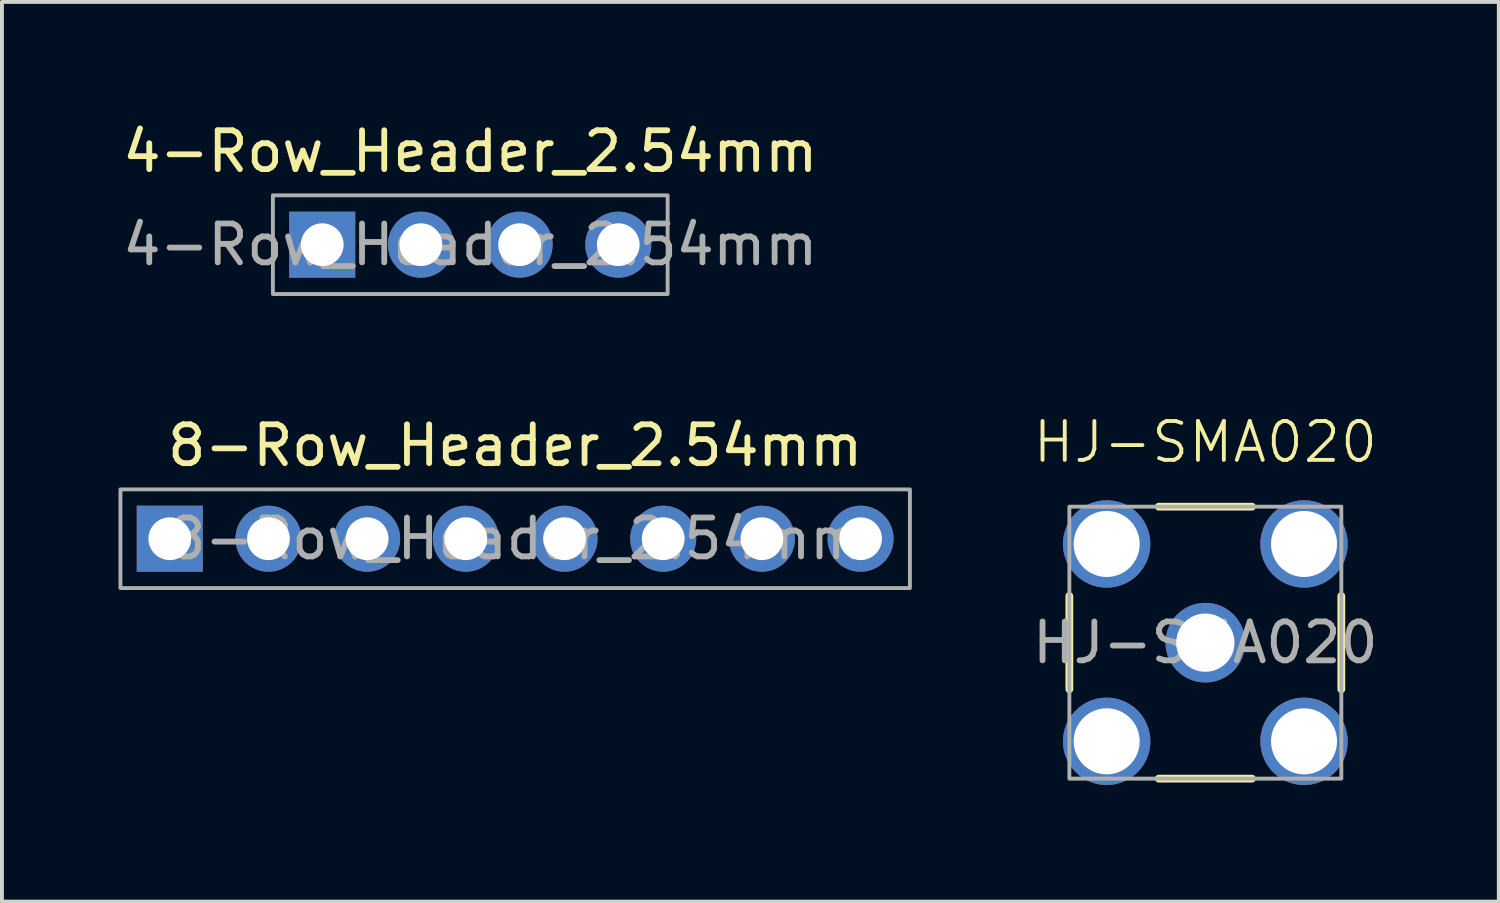
<source format=kicad_pcb>
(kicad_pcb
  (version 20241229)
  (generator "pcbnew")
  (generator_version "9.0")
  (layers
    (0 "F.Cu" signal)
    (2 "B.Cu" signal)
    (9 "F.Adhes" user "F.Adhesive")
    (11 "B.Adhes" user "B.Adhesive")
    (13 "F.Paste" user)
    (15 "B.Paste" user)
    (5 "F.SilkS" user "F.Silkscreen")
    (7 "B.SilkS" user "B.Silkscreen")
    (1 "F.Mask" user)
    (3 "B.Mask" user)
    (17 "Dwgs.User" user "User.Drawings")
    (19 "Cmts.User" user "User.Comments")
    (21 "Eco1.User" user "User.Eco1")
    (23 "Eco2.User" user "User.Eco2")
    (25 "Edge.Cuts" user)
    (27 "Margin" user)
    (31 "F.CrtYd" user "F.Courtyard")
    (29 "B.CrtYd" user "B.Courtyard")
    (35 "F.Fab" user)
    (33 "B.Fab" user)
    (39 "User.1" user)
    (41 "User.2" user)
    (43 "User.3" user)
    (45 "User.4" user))
  (footprint "4-Row_Header_2.54mm"
    (layer "F.Cu")
    (at 9.054 3.248)
    (property "Reference" "4-Row_Header_2.54mm" (at 0 -2.4 0) (unlocked yes) (layer "F.SilkS") (effects (font (size 1 1) (thickness 0.15))))
    (attr smd)
    (fp_rect (start -5.08 -1.27) (end 5.08 1.27) (stroke (width 0.1) (type solid)) (fill no) (layer "F.Fab"))
    (fp_text user "${REFERENCE}" (at 0 0 0) (unlocked yes) (layer "F.Fab") (effects (font (size 1 1) (thickness 0.15))))
    (pad "1" thru_hole rect (at -3.81 0 180) (size 1.7 1.7) (drill 1.1) (property pad_prop_castellated) (layers "*.Cu" "*.Mask"))
    (pad "2" thru_hole circle (at -1.27 0 180) (size 1.7 1.7) (drill 1.1) (property pad_prop_castellated) (layers "*.Cu" "*.Mask"))
    (pad "3" thru_hole circle (at 1.27 0 180) (size 1.7 1.7) (drill 1.1) (property pad_prop_castellated) (layers "*.Cu" "*.Mask"))
    (pad "4" thru_hole circle (at 3.81 0 180) (size 1.7 1.7) (drill 1.1) (property pad_prop_castellated) (layers "*.Cu" "*.Mask")))
  (footprint "8-Row_Header_2.54mm"
    (layer "F.Cu")
    (at 10.21 10.816)
    (property "Reference" "8-Row_Header_2.54mm" (at 0 -2.4 0) (unlocked yes) (layer "F.SilkS") (effects (font (size 1 1) (thickness 0.15))))
    (attr smd)
    (fp_rect (start -10.16 -1.27) (end 10.16 1.27) (stroke (width 0.1) (type solid)) (fill no) (layer "F.Fab"))
    (fp_text user "${REFERENCE}" (at 0 0 0) (unlocked yes) (layer "F.Fab") (effects (font (size 1 1) (thickness 0.15))))
    (pad "1" thru_hole rect (at -8.89 0 180) (size 1.7 1.7) (drill 1.1) (property pad_prop_castellated) (layers "*.Cu" "*.Mask"))
    (pad "2" thru_hole circle (at -6.35 0 180) (size 1.7 1.7) (drill 1.1) (property pad_prop_castellated) (layers "*.Cu" "*.Mask"))
    (pad "3" thru_hole circle (at -3.81 0 180) (size 1.7 1.7) (drill 1.1) (property pad_prop_castellated) (layers "*.Cu" "*.Mask"))
    (pad "4" thru_hole circle (at -1.27 0 180) (size 1.7 1.7) (drill 1.1) (property pad_prop_castellated) (layers "*.Cu" "*.Mask"))
    (pad "5" thru_hole circle (at 1.27 0 180) (size 1.7 1.7) (drill 1.1) (property pad_prop_castellated) (layers "*.Cu" "*.Mask"))
    (pad "6" thru_hole circle (at 3.81 0 180) (size 1.7 1.7) (drill 1.1) (property pad_prop_castellated) (layers "*.Cu" "*.Mask"))
    (pad "7" thru_hole circle (at 6.35 0 180) (size 1.7 1.7) (drill 1.1) (property pad_prop_castellated) (layers "*.Cu" "*.Mask"))
    (pad "8" thru_hole circle (at 8.89 0 180) (size 1.7 1.7) (drill 1.1) (property pad_prop_castellated) (layers "*.Cu" "*.Mask")))
  (footprint "HJ-SMA020"
    (layer "F.Cu")
    (at 27.974 13.491)
    (property "Reference" "HJ-SMA020" (at 0 -5.162 0) (unlocked yes) (layer "F.SilkS") (effects (font (size 1 1) (thickness 0.1))))
    (attr smd)
    (fp_line (start -3.5 1.2) (end -3.5 -1.2) (stroke (width 0.2) (type default)) (layer "F.SilkS"))
    (fp_line (start -1.2 -3.5) (end 1.2 -3.5) (stroke (width 0.2) (type default)) (layer "F.SilkS"))
    (fp_line (start -1.2 3.5) (end 1.2 3.5) (stroke (width 0.2) (type default)) (layer "F.SilkS"))
    (fp_line (start 3.5 1.2) (end 3.5 -1.2) (stroke (width 0.2) (type default)) (layer "F.SilkS"))
    (fp_rect (start -3.5 -3.5) (end 3.5 3.5) (stroke (width 0.1) (type solid)) (fill no) (layer "F.Fab"))
    (fp_text user "${REFERENCE}" (at 0 0 0) (unlocked yes) (layer "F.Fab") (effects (font (size 1 1) (thickness 0.15))))
    (pad "1" thru_hole circle (at 0 0 180) (size 2.05 2.05) (drill 1.5) (property pad_prop_castellated) (layers "*.Cu" "*.Mask"))
    (pad "2" thru_hole circle (at -2.54 -2.54 180) (size 2.25 2.25) (drill 1.7) (property pad_prop_castellated) (layers "*.Cu" "*.Mask"))
    (pad "2" thru_hole circle (at -2.54 2.54 180) (size 2.25 2.25) (drill 1.7) (property pad_prop_castellated) (layers "*.Cu" "*.Mask"))
    (pad "2" thru_hole circle (at 2.54 -2.54 180) (size 2.25 2.25) (drill 1.7) (property pad_prop_castellated) (layers "*.Cu" "*.Mask"))
    (pad "2" thru_hole circle (at 2.54 2.54 180) (size 2.25 2.25) (drill 1.7) (property pad_prop_castellated) (layers "*.Cu" "*.Mask")))
  (gr_rect
    (start -3 -3)
    (end 35.527 20.156)
    (stroke (width 0.1) (type default))
    (fill no)
    (layer "Edge.Cuts")))
</source>
